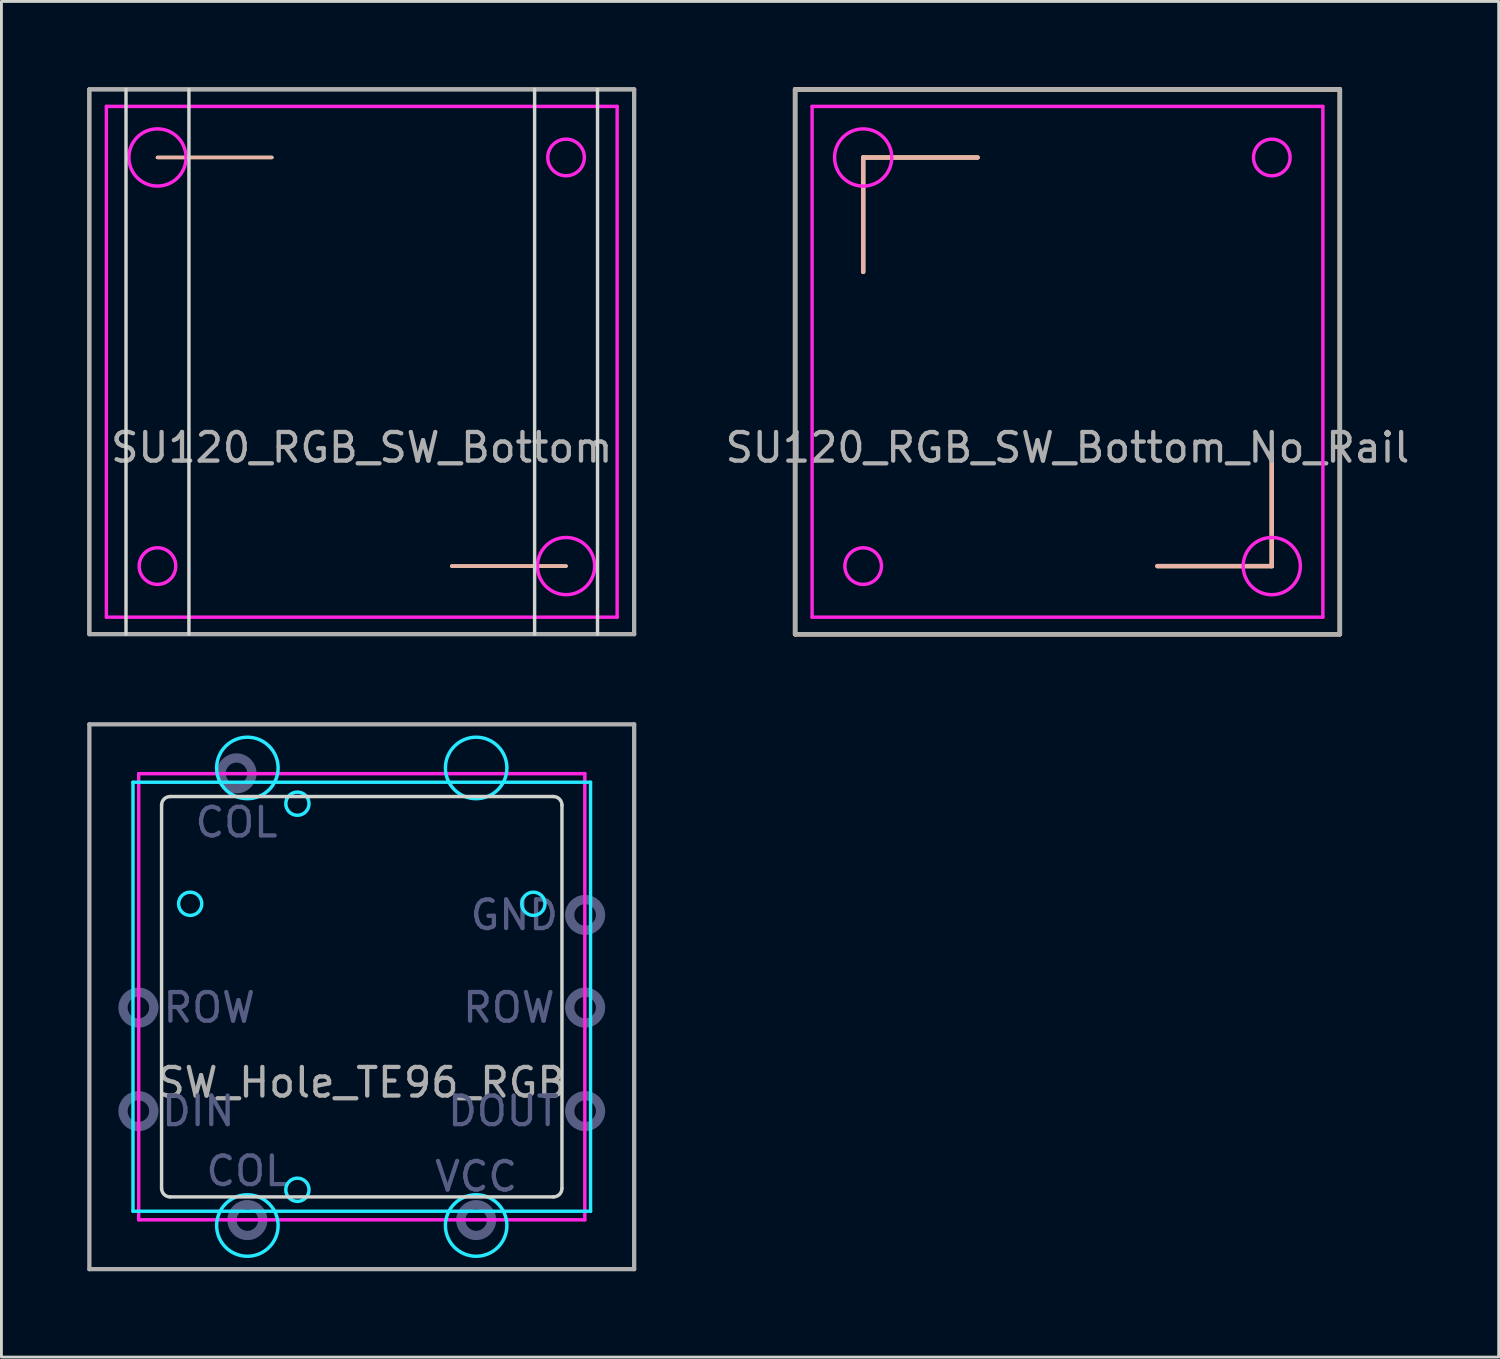
<source format=kicad_pcb>
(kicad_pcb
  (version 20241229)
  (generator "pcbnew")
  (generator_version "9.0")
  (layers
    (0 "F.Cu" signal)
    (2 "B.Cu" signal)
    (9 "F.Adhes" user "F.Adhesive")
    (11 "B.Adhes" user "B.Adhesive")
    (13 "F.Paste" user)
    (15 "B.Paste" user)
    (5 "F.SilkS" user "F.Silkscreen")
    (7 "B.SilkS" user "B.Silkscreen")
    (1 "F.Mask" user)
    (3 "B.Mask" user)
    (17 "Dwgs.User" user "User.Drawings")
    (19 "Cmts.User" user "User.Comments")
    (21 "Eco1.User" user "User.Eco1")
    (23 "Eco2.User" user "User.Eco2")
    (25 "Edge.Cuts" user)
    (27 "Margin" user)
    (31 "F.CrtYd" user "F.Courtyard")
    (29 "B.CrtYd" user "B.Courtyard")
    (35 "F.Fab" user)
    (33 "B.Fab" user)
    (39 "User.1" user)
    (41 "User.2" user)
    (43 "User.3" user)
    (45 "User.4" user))
  (footprint "SU120_RGB_SW_Bottom"
    (layer "F.Cu")
    (at 9.6 9.6)
    (property "Reference" "SU120_RGB_SW_Bottom" (at 0 3 0) (layer "F.Fab") (effects (font (size 1 1) (thickness 0.15))))
    (attr through_hole)
    (fp_line (start -9.525 -9.525) (end 9.525 -9.525) (stroke (width 0.12) (type solid)) (layer "F.SilkS"))
    (fp_line (start -9.525 9.525) (end -9.525 -9.525) (stroke (width 0.12) (type solid)) (layer "F.SilkS"))
    (fp_line (start -7.144 -7.144) (end -3.144 -7.144) (stroke (width 0.12) (type solid)) (layer "F.SilkS"))
    (fp_line (start 7.144 7.144) (end 3.144 7.144) (stroke (width 0.12) (type solid)) (layer "F.SilkS"))
    (fp_line (start 9.525 -9.525) (end 9.525 9.525) (stroke (width 0.12) (type solid)) (layer "F.SilkS"))
    (fp_line (start 9.525 9.525) (end -9.525 9.525) (stroke (width 0.12) (type solid)) (layer "F.SilkS"))
    (fp_line (start -9.525 -9.525) (end 9.525 -9.525) (stroke (width 0.12) (type solid)) (layer "B.SilkS"))
    (fp_line (start -9.525 9.525) (end -9.525 -9.525) (stroke (width 0.12) (type solid)) (layer "B.SilkS"))
    (fp_line (start -7.144 -7.144) (end -3.144 -7.144) (stroke (width 0.12) (type solid)) (layer "B.SilkS"))
    (fp_line (start 7.144 7.144) (end 3.144 7.144) (stroke (width 0.12) (type solid)) (layer "B.SilkS"))
    (fp_line (start 9.525 -9.525) (end 9.525 9.525) (stroke (width 0.12) (type solid)) (layer "B.SilkS"))
    (fp_line (start 9.525 9.525) (end -9.525 9.525) (stroke (width 0.12) (type solid)) (layer "B.SilkS"))
    (fp_line (start -8.244 -9.525) (end -8.244 9.525) (stroke (width 0.12) (type solid)) (layer "Edge.Cuts"))
    (fp_line (start -6.044 -9.525) (end -6.044 9.525) (stroke (width 0.12) (type solid)) (layer "Edge.Cuts"))
    (fp_line (start 6.044 -9.525) (end 6.044 9.525) (stroke (width 0.12) (type solid)) (layer "Edge.Cuts"))
    (fp_line (start 8.244 -9.525) (end 8.244 9.525) (stroke (width 0.12) (type solid)) (layer "Edge.Cuts"))
    (fp_line (start -8.93 -8.93) (end 8.93 -8.93) (stroke (width 0.12) (type solid)) (layer "F.CrtYd"))
    (fp_line (start -8.93 8.93) (end -8.93 -8.93) (stroke (width 0.12) (type solid)) (layer "F.CrtYd"))
    (fp_line (start 8.93 -8.93) (end 8.93 8.93) (stroke (width 0.12) (type solid)) (layer "F.CrtYd"))
    (fp_line (start 8.93 8.93) (end -8.93 8.93) (stroke (width 0.12) (type solid)) (layer "F.CrtYd"))
    (fp_circle (center -7.144 -7.144) (end -6.144 -7.144) (stroke (width 0.12) (type solid)) (fill no) (layer "F.CrtYd"))
    (fp_circle (center -7.144 7.144) (end -6.504 7.144) (stroke (width 0.12) (type solid)) (fill no) (layer "F.CrtYd"))
    (fp_circle (center 7.144 -7.144) (end 7.784 -7.144) (stroke (width 0.12) (type solid)) (fill no) (layer "F.CrtYd"))
    (fp_circle (center 7.144 7.144) (end 8.144 7.144) (stroke (width 0.12) (type solid)) (fill no) (layer "F.CrtYd"))
    (fp_line (start -9.525 -9.525) (end -9.525 9.525) (stroke (width 0.15) (type solid)) (layer "F.Fab"))
    (fp_line (start -9.525 9.525) (end 9.525 9.525) (stroke (width 0.15) (type solid)) (layer "F.Fab"))
    (fp_line (start 9.525 -9.525) (end -9.525 -9.525) (stroke (width 0.15) (type solid)) (layer "F.Fab"))
    (fp_line (start 9.525 9.525) (end 9.525 -9.525) (stroke (width 0.15) (type solid)) (layer "F.Fab")))
  (footprint "SW_Hole_TE96_RGB"
    (layer "F.Cu")
    (at 9.6 31.803)
    (property "Reference" "SW_Hole_TE96_RGB" (at 0 3 0) (layer "F.Fab") (effects (font (size 1 1) (thickness 0.15))))
    (attr through_hole)
    (fp_line (start -7 -6.7) (end -7 6.7) (stroke (width 0.12) (type solid)) (layer "Edge.Cuts"))
    (fp_line (start -6.7 7) (end 6.7 7) (stroke (width 0.12) (type solid)) (layer "Edge.Cuts"))
    (fp_line (start 6.7 -7) (end -6.7 -7) (stroke (width 0.12) (type solid)) (layer "Edge.Cuts"))
    (fp_line (start 7 6.7) (end 7 -6.7) (stroke (width 0.12) (type solid)) (layer "Edge.Cuts"))
    (fp_arc (start -7 -6.7) (mid -6.912132 -6.912132) (end -6.7 -7) (stroke (width 0.12) (type solid)) (layer "Edge.Cuts"))
    (fp_arc (start -6.7 7) (mid -6.912132 6.912132) (end -7 6.7) (stroke (width 0.12) (type solid)) (layer "Edge.Cuts"))
    (fp_arc (start 6.7 -7) (mid 6.912132 -6.912132) (end 7 -6.7) (stroke (width 0.12) (type solid)) (layer "Edge.Cuts"))
    (fp_arc (start 7 6.7) (mid 6.912132 6.912132) (end 6.7 7) (stroke (width 0.12) (type solid)) (layer "Edge.Cuts"))
    (fp_line (start -8 -7.5) (end 8 -7.5) (stroke (width 0.12) (type solid)) (layer "B.CrtYd"))
    (fp_line (start -8 7.5) (end -8 -7.5) (stroke (width 0.12) (type solid)) (layer "B.CrtYd"))
    (fp_line (start 8 -7.5) (end 8 7.5) (stroke (width 0.12) (type solid)) (layer "B.CrtYd"))
    (fp_line (start 8 7.5) (end -8 7.5) (stroke (width 0.12) (type solid)) (layer "B.CrtYd"))
    (fp_circle (center -6 -3.25) (end -5.594 -3.25) (stroke (width 0.12) (type solid)) (fill no) (layer "B.CrtYd"))
    (fp_circle (center -4 -8) (end -2.925 -8) (stroke (width 0.12) (type solid)) (fill no) (layer "B.CrtYd"))
    (fp_circle (center -4 8) (end -2.925 8) (stroke (width 0.12) (type solid)) (fill no) (layer "B.CrtYd"))
    (fp_circle (center -2.25 -6.75) (end -1.844 -6.75) (stroke (width 0.12) (type solid)) (fill no) (layer "B.CrtYd"))
    (fp_circle (center -2.25 6.75) (end -1.844 6.75) (stroke (width 0.12) (type solid)) (fill no) (layer "B.CrtYd"))
    (fp_circle (center 4 -8) (end 5.075 -8) (stroke (width 0.12) (type solid)) (fill no) (layer "B.CrtYd"))
    (fp_circle (center 4 8) (end 5.075 8) (stroke (width 0.12) (type solid)) (fill no) (layer "B.CrtYd"))
    (fp_circle (center 6 -3.25) (end 6.406 -3.25) (stroke (width 0.12) (type solid)) (fill no) (layer "B.CrtYd"))
    (fp_line (start -7.8 -7.8) (end 7.8 -7.8) (stroke (width 0.12) (type solid)) (layer "F.CrtYd"))
    (fp_line (start -7.8 7.8) (end -7.8 -7.8) (stroke (width 0.12) (type solid)) (layer "F.CrtYd"))
    (fp_line (start 7.8 -7.8) (end 7.8 7.8) (stroke (width 0.12) (type solid)) (layer "F.CrtYd"))
    (fp_line (start 7.8 7.8) (end -7.8 7.8) (stroke (width 0.12) (type solid)) (layer "F.CrtYd"))
    (fp_circle (center -7.81 0.38) (end -7.272 0.38) (stroke (width 0.325) (type solid)) (fill no) (layer "B.Fab"))
    (fp_circle (center -7.81 4) (end -7.272 4) (stroke (width 0.325) (type solid)) (fill no) (layer "B.Fab"))
    (fp_circle (center -4.38 -7.81) (end -3.842 -7.81) (stroke (width 0.325) (type solid)) (fill no) (layer "B.Fab"))
    (fp_circle (center -4 7.81) (end -3.462 7.81) (stroke (width 0.325) (type solid)) (fill no) (layer "B.Fab"))
    (fp_circle (center 4 7.81) (end 4.537 7.81) (stroke (width 0.325) (type solid)) (fill no) (layer "B.Fab"))
    (fp_circle (center 7.81 -2.86) (end 8.348 -2.86) (stroke (width 0.325) (type solid)) (fill no) (layer "B.Fab"))
    (fp_circle (center 7.81 0.38) (end 8.348 0.38) (stroke (width 0.325) (type solid)) (fill no) (layer "B.Fab"))
    (fp_circle (center 7.81 4) (end 8.348 4) (stroke (width 0.325) (type solid)) (fill no) (layer "B.Fab"))
    (fp_line (start -9.525 -9.525) (end -9.525 9.525) (stroke (width 0.15) (type solid)) (layer "F.Fab"))
    (fp_line (start -9.525 9.525) (end 9.525 9.525) (stroke (width 0.15) (type solid)) (layer "F.Fab"))
    (fp_line (start 9.525 -9.525) (end -9.525 -9.525) (stroke (width 0.15) (type solid)) (layer "F.Fab"))
    (fp_line (start 9.525 9.525) (end 9.525 -9.525) (stroke (width 0.15) (type solid)) (layer "F.Fab"))
    (fp_text user "DOUT" (at 4.953 4 0) (layer "B.Fab") (effects (font (size 1 1) (thickness 0.15))))
    (fp_text user "COL" (at -4.381 -6.096 0) (layer "B.Fab") (effects (font (size 1 1) (thickness 0.15))))
    (fp_text user "COL" (at -4 6.096 0) (layer "B.Fab") (effects (font (size 1 1) (thickness 0.15))))
    (fp_text user "DIN" (at -5.715 4 0) (layer "B.Fab") (effects (font (size 1 1) (thickness 0.15))))
    (fp_text user "GND" (at 5.334 -2.857 0) (layer "B.Fab") (effects (font (size 1 1) (thickness 0.15))))
    (fp_text user "ROW" (at 5.144 0.381 0) (layer "B.Fab") (effects (font (size 1 1) (thickness 0.15))))
    (fp_text user "VCC" (at 4 6.287 0) (layer "B.Fab") (effects (font (size 1 1) (thickness 0.15))))
    (fp_text user "ROW" (at -5.334 0.381 0) (layer "B.Fab") (effects (font (size 1 1) (thickness 0.15)))))
  (footprint "SU120_RGB_SW_Bottom_No_Rail"
    (layer "F.Cu")
    (at 34.277 9.601)
    (property "Reference" "SU120_RGB_SW_Bottom_No_Rail" (at 0 3 0) (layer "F.Fab") (effects (font (size 1 1) (thickness 0.15))))
    (attr through_hole)
    (fp_line (start -9.525 -9.525) (end 9.525 -9.525) (stroke (width 0.153) (type solid)) (layer "F.SilkS"))
    (fp_line (start -9.525 9.525) (end -9.525 -9.525) (stroke (width 0.153) (type solid)) (layer "F.SilkS"))
    (fp_line (start -7.144 -7.144) (end -7.144 -3.144) (stroke (width 0.153) (type solid)) (layer "F.SilkS"))
    (fp_line (start -7.144 -7.144) (end -3.144 -7.144) (stroke (width 0.153) (type solid)) (layer "F.SilkS"))
    (fp_line (start 7.144 7.144) (end 3.144 7.144) (stroke (width 0.153) (type solid)) (layer "F.SilkS"))
    (fp_line (start 7.144 7.144) (end 7.144 3.144) (stroke (width 0.153) (type solid)) (layer "F.SilkS"))
    (fp_line (start 9.525 -9.525) (end 9.525 9.525) (stroke (width 0.153) (type solid)) (layer "F.SilkS"))
    (fp_line (start 9.525 9.525) (end -9.525 9.525) (stroke (width 0.153) (type solid)) (layer "F.SilkS"))
    (fp_line (start -9.525 -9.525) (end 9.525 -9.525) (stroke (width 0.153) (type solid)) (layer "B.SilkS"))
    (fp_line (start -9.525 9.525) (end -9.525 -9.525) (stroke (width 0.153) (type solid)) (layer "B.SilkS"))
    (fp_line (start -7.144 -7.144) (end -7.144 -3.144) (stroke (width 0.153) (type solid)) (layer "B.SilkS"))
    (fp_line (start -7.144 -7.144) (end -3.144 -7.144) (stroke (width 0.153) (type solid)) (layer "B.SilkS"))
    (fp_line (start 7.144 7.144) (end 3.144 7.144) (stroke (width 0.153) (type solid)) (layer "B.SilkS"))
    (fp_line (start 7.144 7.144) (end 7.144 3.144) (stroke (width 0.153) (type solid)) (layer "B.SilkS"))
    (fp_line (start 9.525 -9.525) (end 9.525 9.525) (stroke (width 0.153) (type solid)) (layer "B.SilkS"))
    (fp_line (start 9.525 9.525) (end -9.525 9.525) (stroke (width 0.153) (type solid)) (layer "B.SilkS"))
    (fp_line (start -8.93 -8.93) (end 8.93 -8.93) (stroke (width 0.12) (type solid)) (layer "F.CrtYd"))
    (fp_line (start -8.93 8.93) (end -8.93 -8.93) (stroke (width 0.12) (type solid)) (layer "F.CrtYd"))
    (fp_line (start 8.93 -8.93) (end 8.93 8.93) (stroke (width 0.12) (type solid)) (layer "F.CrtYd"))
    (fp_line (start 8.93 8.93) (end -8.93 8.93) (stroke (width 0.12) (type solid)) (layer "F.CrtYd"))
    (fp_circle (center -7.144 -7.144) (end -6.144 -7.144) (stroke (width 0.12) (type solid)) (fill no) (layer "F.CrtYd"))
    (fp_circle (center -7.144 7.144) (end -6.504 7.144) (stroke (width 0.12) (type solid)) (fill no) (layer "F.CrtYd"))
    (fp_circle (center 7.144 -7.144) (end 7.784 -7.144) (stroke (width 0.12) (type solid)) (fill no) (layer "F.CrtYd"))
    (fp_circle (center 7.144 7.144) (end 8.144 7.144) (stroke (width 0.12) (type solid)) (fill no) (layer "F.CrtYd"))
    (fp_line (start -9.525 -9.525) (end -9.525 9.525) (stroke (width 0.15) (type solid)) (layer "F.Fab"))
    (fp_line (start -9.525 9.525) (end 9.525 9.525) (stroke (width 0.15) (type solid)) (layer "F.Fab"))
    (fp_line (start 9.525 -9.525) (end -9.525 -9.525) (stroke (width 0.15) (type solid)) (layer "F.Fab"))
    (fp_line (start 9.525 9.525) (end 9.525 -9.525) (stroke (width 0.15) (type solid)) (layer "F.Fab")))
  (gr_rect
    (start -3 -3)
    (end 49.355 44.403)
    (stroke (width 0.1) (type default))
    (fill no)
    (layer "Edge.Cuts")))
</source>
